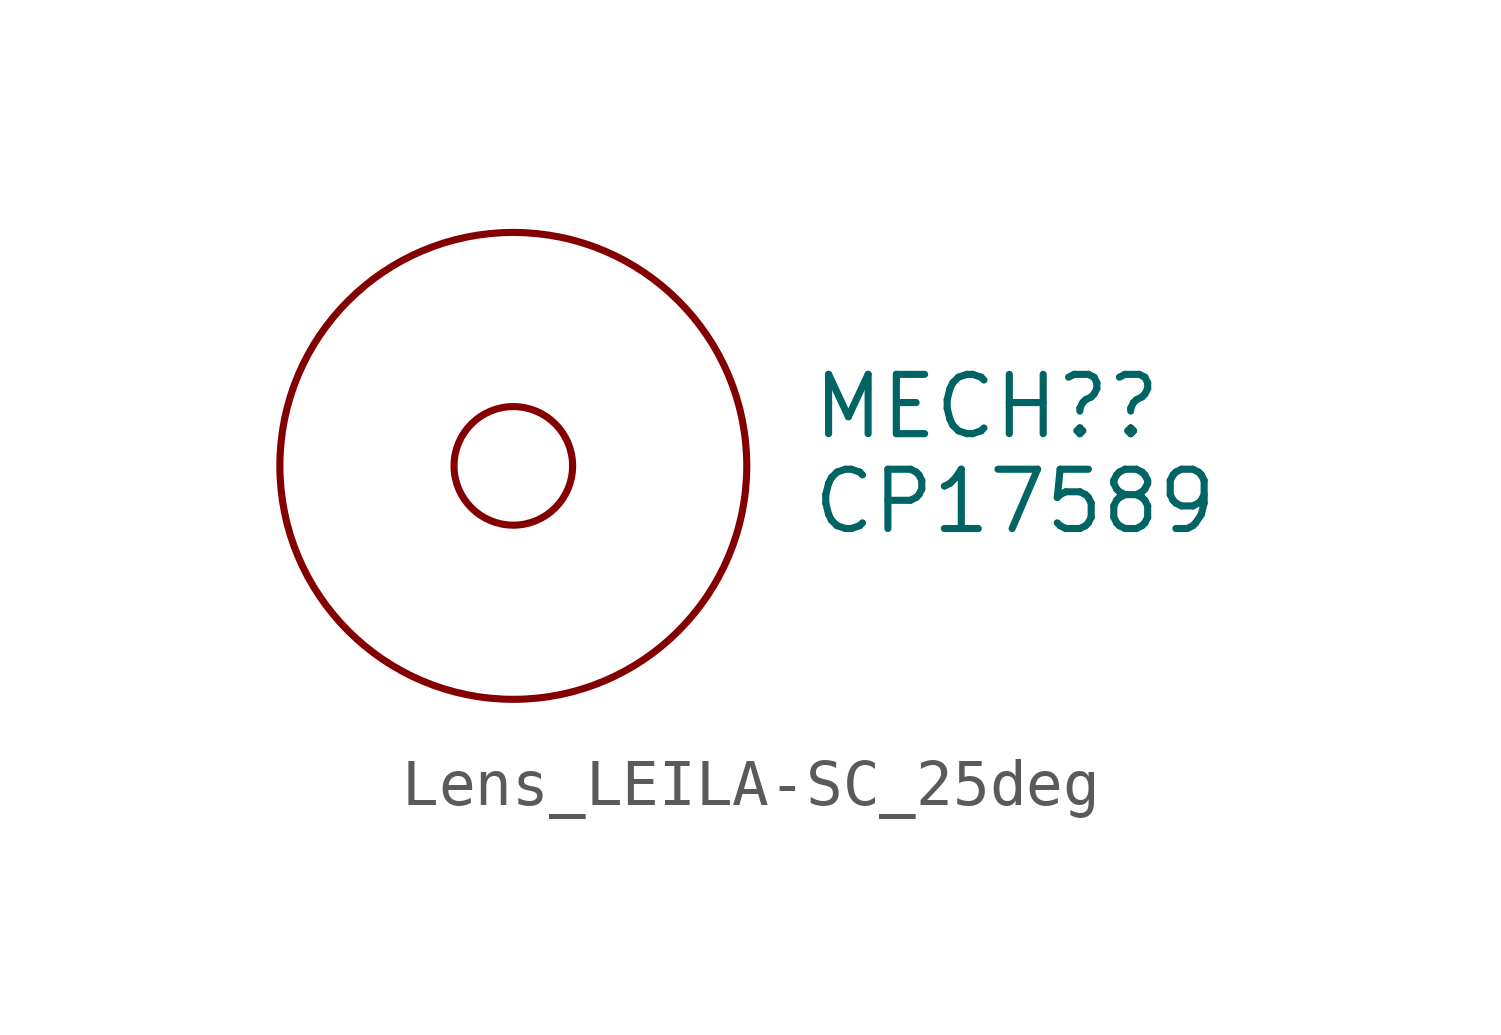
<source format=kicad_sym>
(kicad_symbol_lib
  (version 20231120)
  (generator "kicad_symbol_editor")
  (generator_version "8.0")
  (symbol "Lens_LEILA-SC_25deg"
    (property "Reference" "MECH?"
      (at 6.35 1.27 0)
      (effects (font (size 1.27 1.27)) (justify left)))
    (property "Value" "CP17589"
      (at 6.35 -0.762 0)
      (effects (font (size 1.27 1.27)) (justify left)))
    (symbol "Lens_LEILA-SC_25deg_0_1"
      (circle (center 0 0) (radius 1.27) (stroke (width 0) (type default)) (fill (type none)))
      (circle (center 0 0) (radius 5) (stroke (width 0) (type default)) (fill (type none))))))
</source>
